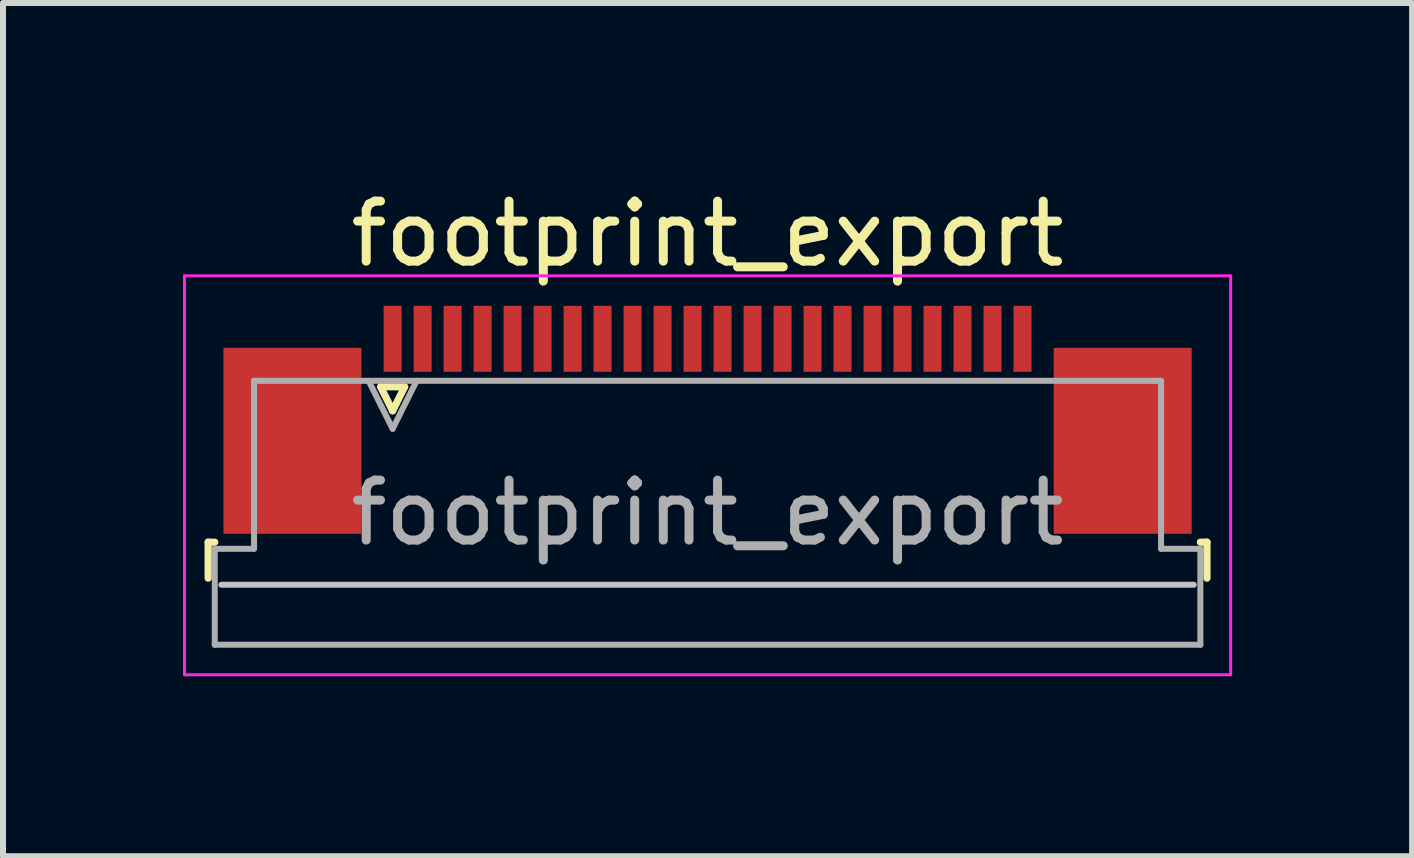
<source format=kicad_pcb>
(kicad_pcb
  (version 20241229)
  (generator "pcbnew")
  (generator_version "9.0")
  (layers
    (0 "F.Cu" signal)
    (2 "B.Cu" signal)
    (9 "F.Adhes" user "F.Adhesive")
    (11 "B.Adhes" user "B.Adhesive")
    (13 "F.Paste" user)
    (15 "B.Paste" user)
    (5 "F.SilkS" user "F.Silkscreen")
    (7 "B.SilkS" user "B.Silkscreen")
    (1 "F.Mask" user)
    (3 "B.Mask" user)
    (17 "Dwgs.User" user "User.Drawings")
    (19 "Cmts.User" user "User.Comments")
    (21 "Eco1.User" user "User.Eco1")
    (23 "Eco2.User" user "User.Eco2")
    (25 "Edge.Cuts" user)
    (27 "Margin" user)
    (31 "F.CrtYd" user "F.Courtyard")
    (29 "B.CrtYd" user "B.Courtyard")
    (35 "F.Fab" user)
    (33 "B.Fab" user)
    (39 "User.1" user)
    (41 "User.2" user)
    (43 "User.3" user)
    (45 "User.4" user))
  (footprint "footprint_export"
    (layer "F.Cu")
    (at 8.745 3.948)
    (property "Reference" "footprint_export" (at 0 -3.1 0) (layer "F.SilkS") (effects (font (size 1 1) (thickness 0.15))))
    (attr smd)
    (fp_line (start -8.325 2.04) (end -8.325 2.64) (stroke (width 0.12) (type solid)) (layer "F.SilkS"))
    (fp_line (start -8.215 2.04) (end -8.325 2.04) (stroke (width 0.12) (type solid)) (layer "F.SilkS"))
    (fp_line (start -5.45 -0.55) (end -5.25 -0.15) (stroke (width 0.12) (type solid)) (layer "F.SilkS"))
    (fp_line (start -5.25 -0.15) (end -5.05 -0.55) (stroke (width 0.12) (type solid)) (layer "F.SilkS"))
    (fp_line (start -5.05 -0.55) (end -5.45 -0.55) (stroke (width 0.12) (type solid)) (layer "F.SilkS"))
    (fp_line (start 8.215 2.04) (end 8.325 2.04) (stroke (width 0.12) (type solid)) (layer "F.SilkS"))
    (fp_line (start 8.325 2.04) (end 8.325 2.64) (stroke (width 0.12) (type solid)) (layer "F.SilkS"))
    (fp_line (start 8.105 2.75) (end -8.105 2.75) (stroke (width 0.1) (type solid)) (layer "Dwgs.User"))
    (fp_line (start -8.72 -2.4) (end -8.72 4.25) (stroke (width 0.05) (type solid)) (layer "F.CrtYd"))
    (fp_line (start -8.72 4.25) (end 8.72 4.25) (stroke (width 0.05) (type solid)) (layer "F.CrtYd"))
    (fp_line (start 8.72 -2.4) (end -8.72 -2.4) (stroke (width 0.05) (type solid)) (layer "F.CrtYd"))
    (fp_line (start 8.72 4.25) (end 8.72 -2.4) (stroke (width 0.05) (type solid)) (layer "F.CrtYd"))
    (fp_line (start -8.215 2.15) (end -7.56 2.15) (stroke (width 0.1) (type solid)) (layer "F.Fab"))
    (fp_line (start -8.215 3.75) (end -8.215 2.15) (stroke (width 0.1) (type solid)) (layer "F.Fab"))
    (fp_line (start -7.56 -0.65) (end 7.56 -0.65) (stroke (width 0.1) (type solid)) (layer "F.Fab"))
    (fp_line (start -7.56 2.15) (end -7.56 -0.65) (stroke (width 0.1) (type solid)) (layer "F.Fab"))
    (fp_line (start -5.65 -0.65) (end -5.25 0.15) (stroke (width 0.1) (type solid)) (layer "F.Fab"))
    (fp_line (start -5.25 0.15) (end -4.85 -0.65) (stroke (width 0.1) (type solid)) (layer "F.Fab"))
    (fp_line (start 7.56 -0.65) (end 7.56 2.15) (stroke (width 0.1) (type solid)) (layer "F.Fab"))
    (fp_line (start 7.56 2.15) (end 8.215 2.15) (stroke (width 0.1) (type solid)) (layer "F.Fab"))
    (fp_line (start 8.215 2.15) (end 8.215 3.75) (stroke (width 0.1) (type solid)) (layer "F.Fab"))
    (fp_line (start 8.215 3.75) (end -8.215 3.75) (stroke (width 0.1) (type solid)) (layer "F.Fab"))
    (fp_text user "${REFERENCE}" (at 0 1.55 0) (layer "F.Fab") (effects (font (size 1 1) (thickness 0.15))))
    (pad "1" smd rect (at -5.25 -1.35) (size 0.3 1.1) (layers "F.Cu" "F.Mask" "F.Paste"))
    (pad "2" smd rect (at -4.75 -1.35) (size 0.3 1.1) (layers "F.Cu" "F.Mask" "F.Paste"))
    (pad "3" smd rect (at -4.25 -1.35) (size 0.3 1.1) (layers "F.Cu" "F.Mask" "F.Paste"))
    (pad "4" smd rect (at -3.75 -1.35) (size 0.3 1.1) (layers "F.Cu" "F.Mask" "F.Paste"))
    (pad "5" smd rect (at -3.25 -1.35) (size 0.3 1.1) (layers "F.Cu" "F.Mask" "F.Paste"))
    (pad "6" smd rect (at -2.75 -1.35) (size 0.3 1.1) (layers "F.Cu" "F.Mask" "F.Paste"))
    (pad "7" smd rect (at -2.25 -1.35) (size 0.3 1.1) (layers "F.Cu" "F.Mask" "F.Paste"))
    (pad "8" smd rect (at -1.75 -1.35) (size 0.3 1.1) (layers "F.Cu" "F.Mask" "F.Paste"))
    (pad "9" smd rect (at -1.25 -1.35) (size 0.3 1.1) (layers "F.Cu" "F.Mask" "F.Paste"))
    (pad "10" smd rect (at -0.75 -1.35) (size 0.3 1.1) (layers "F.Cu" "F.Mask" "F.Paste"))
    (pad "11" smd rect (at -0.25 -1.35) (size 0.3 1.1) (layers "F.Cu" "F.Mask" "F.Paste"))
    (pad "12" smd rect (at 0.25 -1.35) (size 0.3 1.1) (layers "F.Cu" "F.Mask" "F.Paste"))
    (pad "13" smd rect (at 0.75 -1.35) (size 0.3 1.1) (layers "F.Cu" "F.Mask" "F.Paste"))
    (pad "14" smd rect (at 1.25 -1.35) (size 0.3 1.1) (layers "F.Cu" "F.Mask" "F.Paste"))
    (pad "15" smd rect (at 1.75 -1.35) (size 0.3 1.1) (layers "F.Cu" "F.Mask" "F.Paste"))
    (pad "16" smd rect (at 2.25 -1.35) (size 0.3 1.1) (layers "F.Cu" "F.Mask" "F.Paste"))
    (pad "17" smd rect (at 2.75 -1.35) (size 0.3 1.1) (layers "F.Cu" "F.Mask" "F.Paste"))
    (pad "18" smd rect (at 3.25 -1.35) (size 0.3 1.1) (layers "F.Cu" "F.Mask" "F.Paste"))
    (pad "19" smd rect (at 3.75 -1.35) (size 0.3 1.1) (layers "F.Cu" "F.Mask" "F.Paste"))
    (pad "20" smd rect (at 4.25 -1.35) (size 0.3 1.1) (layers "F.Cu" "F.Mask" "F.Paste"))
    (pad "21" smd rect (at 4.75 -1.35) (size 0.3 1.1) (layers "F.Cu" "F.Mask" "F.Paste"))
    (pad "22" smd rect (at 5.25 -1.35) (size 0.3 1.1) (layers "F.Cu" "F.Mask" "F.Paste"))
    (pad "MP" smd rect (at -6.92 0.35) (size 2.3 3.1) (layers "F.Cu" "F.Mask" "F.Paste"))
    (pad "MP" smd rect (at 6.92 0.35) (size 2.3 3.1) (layers "F.Cu" "F.Mask" "F.Paste")))
  (gr_rect
    (start -3 -3)
    (end 20.49 11.223)
    (stroke (width 0.1) (type default))
    (fill no)
    (layer "Edge.Cuts")))
</source>
